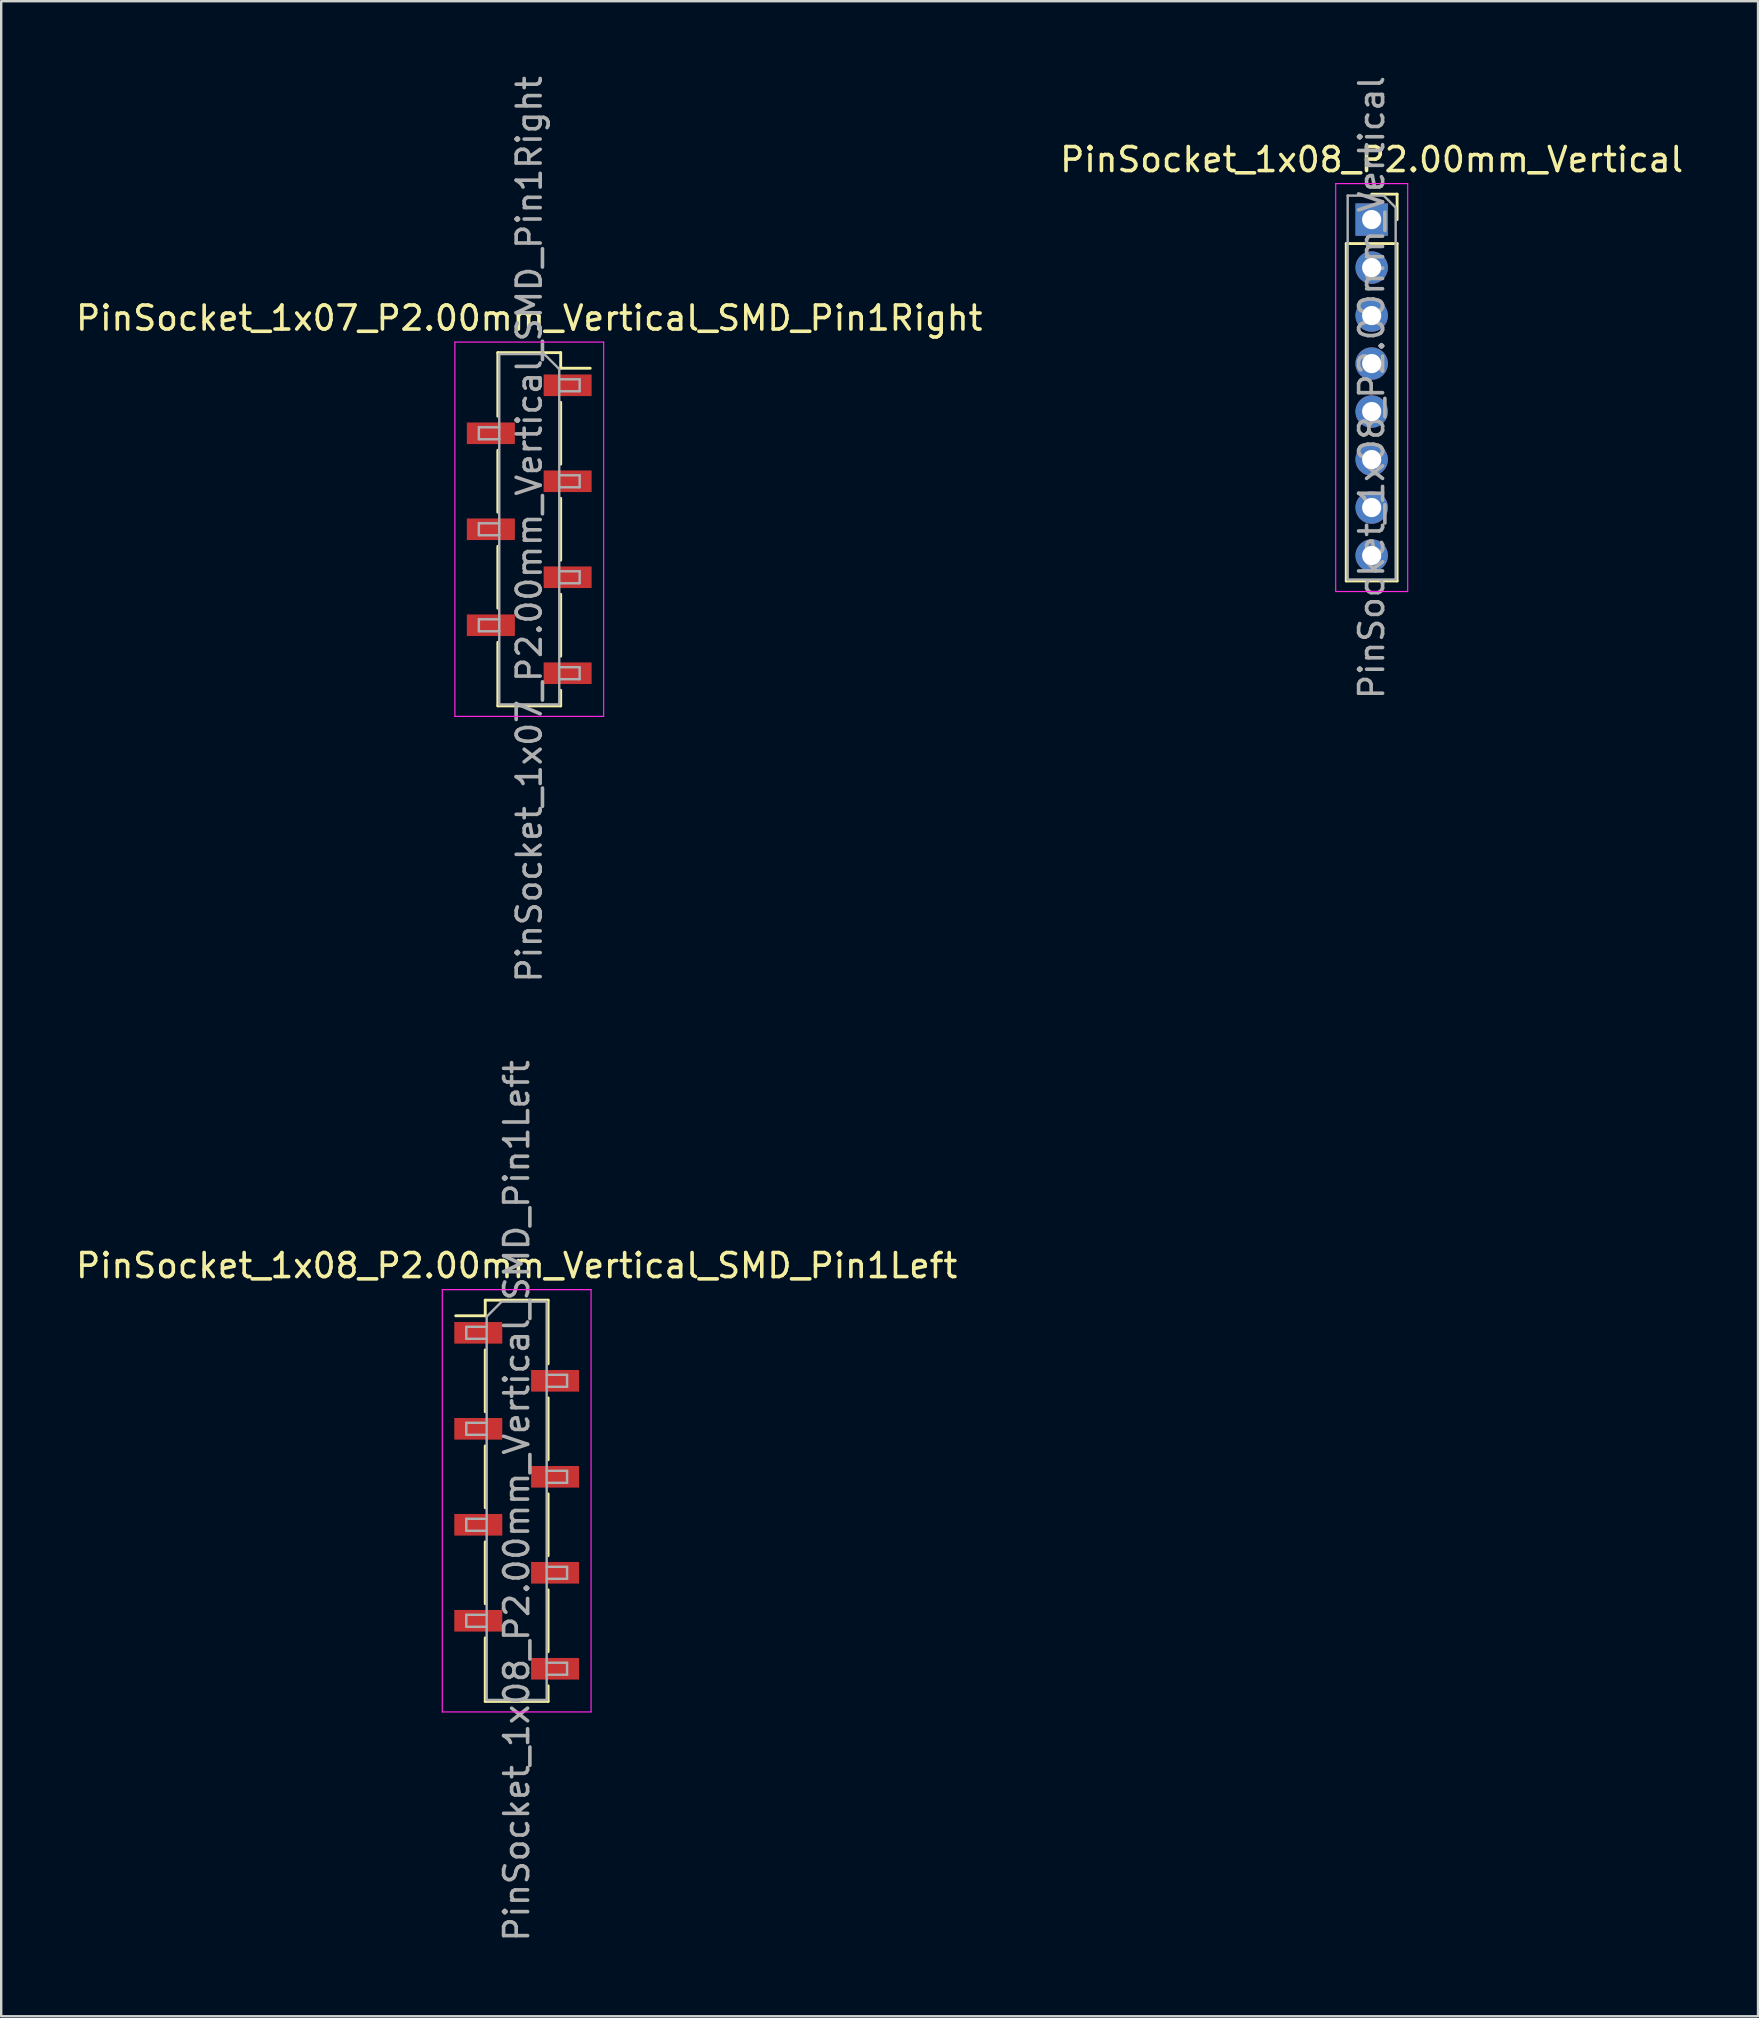
<source format=kicad_pcb>
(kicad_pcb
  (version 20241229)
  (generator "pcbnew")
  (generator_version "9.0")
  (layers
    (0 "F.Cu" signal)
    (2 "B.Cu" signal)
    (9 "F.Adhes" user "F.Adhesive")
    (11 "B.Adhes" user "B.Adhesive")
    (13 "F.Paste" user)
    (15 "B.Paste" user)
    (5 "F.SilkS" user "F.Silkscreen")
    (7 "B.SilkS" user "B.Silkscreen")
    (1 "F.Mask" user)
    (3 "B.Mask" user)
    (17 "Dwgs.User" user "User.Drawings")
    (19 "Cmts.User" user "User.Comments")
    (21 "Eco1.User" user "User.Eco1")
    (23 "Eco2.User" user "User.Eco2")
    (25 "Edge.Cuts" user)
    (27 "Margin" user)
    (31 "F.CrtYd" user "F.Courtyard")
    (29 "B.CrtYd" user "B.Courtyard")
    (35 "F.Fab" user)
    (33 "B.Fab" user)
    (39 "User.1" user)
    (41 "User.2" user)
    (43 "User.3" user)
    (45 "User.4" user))
  (footprint "PinSocket_1x08_P2.00mm_Vertical"
    (layer "F.Cu")
    (at 54.113 6.101)
    (property "Reference" "PinSocket_1x08_P2.00mm_Vertical" (at 0 -2.5 0) (layer "F.SilkS") (effects (font (size 1 1) (thickness 0.15))))
    (attr through_hole)
    (fp_line (start -1.06 1) (end -1.06 15.06) (stroke (width 0.12) (type solid)) (layer "F.SilkS"))
    (fp_line (start -1.06 1) (end 1.06 1) (stroke (width 0.12) (type solid)) (layer "F.SilkS"))
    (fp_line (start -1.06 15.06) (end 1.06 15.06) (stroke (width 0.12) (type solid)) (layer "F.SilkS"))
    (fp_line (start 0 -1.06) (end 1.06 -1.06) (stroke (width 0.12) (type solid)) (layer "F.SilkS"))
    (fp_line (start 1.06 -1.06) (end 1.06 0) (stroke (width 0.12) (type solid)) (layer "F.SilkS"))
    (fp_line (start 1.06 1) (end 1.06 15.06) (stroke (width 0.12) (type solid)) (layer "F.SilkS"))
    (fp_line (start -1.5 -1.5) (end 1.5 -1.5) (stroke (width 0.05) (type solid)) (layer "F.CrtYd"))
    (fp_line (start -1.5 15.5) (end -1.5 -1.5) (stroke (width 0.05) (type solid)) (layer "F.CrtYd"))
    (fp_line (start 1.5 -1.5) (end 1.5 15.5) (stroke (width 0.05) (type solid)) (layer "F.CrtYd"))
    (fp_line (start 1.5 15.5) (end -1.5 15.5) (stroke (width 0.05) (type solid)) (layer "F.CrtYd"))
    (fp_line (start -1 -1) (end 0.5 -1) (stroke (width 0.1) (type solid)) (layer "F.Fab"))
    (fp_line (start -1 15) (end -1 -1) (stroke (width 0.1) (type solid)) (layer "F.Fab"))
    (fp_line (start 0.5 -1) (end 1 -0.5) (stroke (width 0.1) (type solid)) (layer "F.Fab"))
    (fp_line (start 1 -0.5) (end 1 15) (stroke (width 0.1) (type solid)) (layer "F.Fab"))
    (fp_line (start 1 15) (end -1 15) (stroke (width 0.1) (type solid)) (layer "F.Fab"))
    (fp_text user "${REFERENCE}" (at 0 7 90) (layer "F.Fab") (effects (font (size 1 1) (thickness 0.15))))
    (pad "1" thru_hole rect (at 0 0) (size 1.35 1.35) (drill 0.8) (layers "*.Cu" "*.Mask"))
    (pad "2" thru_hole oval (at 0 2) (size 1.35 1.35) (drill 0.8) (layers "*.Cu" "*.Mask"))
    (pad "3" thru_hole oval (at 0 4) (size 1.35 1.35) (drill 0.8) (layers "*.Cu" "*.Mask"))
    (pad "4" thru_hole oval (at 0 6) (size 1.35 1.35) (drill 0.8) (layers "*.Cu" "*.Mask"))
    (pad "5" thru_hole oval (at 0 8) (size 1.35 1.35) (drill 0.8) (layers "*.Cu" "*.Mask"))
    (pad "6" thru_hole oval (at 0 10) (size 1.35 1.35) (drill 0.8) (layers "*.Cu" "*.Mask"))
    (pad "7" thru_hole oval (at 0 12) (size 1.35 1.35) (drill 0.8) (layers "*.Cu" "*.Mask"))
    (pad "8" thru_hole oval (at 0 14) (size 1.35 1.35) (drill 0.8) (layers "*.Cu" "*.Mask")))
  (footprint "PinSocket_1x08_P2.00mm_Vertical_SMD_Pin1Left"
    (layer "F.Cu")
    (at 18.482 59.494)
    (property "Reference" "PinSocket_1x08_P2.00mm_Vertical_SMD_Pin1Left" (at 0 -9.8 0) (layer "F.SilkS") (effects (font (size 1 1) (thickness 0.15))))
    (attr smd)
    (fp_line (start -2.54 -7.71) (end -1.31 -7.71) (stroke (width 0.12) (type solid)) (layer "F.SilkS"))
    (fp_line (start -1.31 -8.36) (end -1.31 -7.71) (stroke (width 0.12) (type solid)) (layer "F.SilkS"))
    (fp_line (start -1.31 -8.36) (end 1.31 -8.36) (stroke (width 0.12) (type solid)) (layer "F.SilkS"))
    (fp_line (start -1.31 -6.29) (end -1.31 -3.71) (stroke (width 0.12) (type solid)) (layer "F.SilkS"))
    (fp_line (start -1.31 -2.29) (end -1.31 0.29) (stroke (width 0.12) (type solid)) (layer "F.SilkS"))
    (fp_line (start -1.31 1.71) (end -1.31 4.29) (stroke (width 0.12) (type solid)) (layer "F.SilkS"))
    (fp_line (start -1.31 5.71) (end -1.31 8.36) (stroke (width 0.12) (type solid)) (layer "F.SilkS"))
    (fp_line (start -1.31 8.36) (end 1.31 8.36) (stroke (width 0.12) (type solid)) (layer "F.SilkS"))
    (fp_line (start 1.31 -8.36) (end 1.31 -5.71) (stroke (width 0.12) (type solid)) (layer "F.SilkS"))
    (fp_line (start 1.31 -4.29) (end 1.31 -1.71) (stroke (width 0.12) (type solid)) (layer "F.SilkS"))
    (fp_line (start 1.31 -0.29) (end 1.31 2.29) (stroke (width 0.12) (type solid)) (layer "F.SilkS"))
    (fp_line (start 1.31 3.71) (end 1.31 6.29) (stroke (width 0.12) (type solid)) (layer "F.SilkS"))
    (fp_line (start 1.31 7.71) (end 1.31 8.36) (stroke (width 0.12) (type solid)) (layer "F.SilkS"))
    (fp_line (start -3.1 -8.8) (end 3.1 -8.8) (stroke (width 0.05) (type solid)) (layer "F.CrtYd"))
    (fp_line (start -3.1 8.8) (end -3.1 -8.8) (stroke (width 0.05) (type solid)) (layer "F.CrtYd"))
    (fp_line (start 3.1 -8.8) (end 3.1 8.8) (stroke (width 0.05) (type solid)) (layer "F.CrtYd"))
    (fp_line (start 3.1 8.8) (end -3.1 8.8) (stroke (width 0.05) (type solid)) (layer "F.CrtYd"))
    (fp_line (start -2.1 -7.25) (end -1.25 -7.25) (stroke (width 0.1) (type solid)) (layer "F.Fab"))
    (fp_line (start -2.1 -6.75) (end -2.1 -7.25) (stroke (width 0.1) (type solid)) (layer "F.Fab"))
    (fp_line (start -2.1 -3.25) (end -1.25 -3.25) (stroke (width 0.1) (type solid)) (layer "F.Fab"))
    (fp_line (start -2.1 -2.75) (end -2.1 -3.25) (stroke (width 0.1) (type solid)) (layer "F.Fab"))
    (fp_line (start -2.1 0.75) (end -1.25 0.75) (stroke (width 0.1) (type solid)) (layer "F.Fab"))
    (fp_line (start -2.1 1.25) (end -2.1 0.75) (stroke (width 0.1) (type solid)) (layer "F.Fab"))
    (fp_line (start -2.1 4.75) (end -1.25 4.75) (stroke (width 0.1) (type solid)) (layer "F.Fab"))
    (fp_line (start -2.1 5.25) (end -2.1 4.75) (stroke (width 0.1) (type solid)) (layer "F.Fab"))
    (fp_line (start -1.25 -7.675) (end -0.625 -8.3) (stroke (width 0.1) (type solid)) (layer "F.Fab"))
    (fp_line (start -1.25 -6.75) (end -2.1 -6.75) (stroke (width 0.1) (type solid)) (layer "F.Fab"))
    (fp_line (start -1.25 -2.75) (end -2.1 -2.75) (stroke (width 0.1) (type solid)) (layer "F.Fab"))
    (fp_line (start -1.25 1.25) (end -2.1 1.25) (stroke (width 0.1) (type solid)) (layer "F.Fab"))
    (fp_line (start -1.25 5.25) (end -2.1 5.25) (stroke (width 0.1) (type solid)) (layer "F.Fab"))
    (fp_line (start -1.25 8.3) (end -1.25 -7.675) (stroke (width 0.1) (type solid)) (layer "F.Fab"))
    (fp_line (start -0.625 -8.3) (end 1.25 -8.3) (stroke (width 0.1) (type solid)) (layer "F.Fab"))
    (fp_line (start 1.25 -8.3) (end 1.25 8.3) (stroke (width 0.1) (type solid)) (layer "F.Fab"))
    (fp_line (start 1.25 -5.25) (end 2.1 -5.25) (stroke (width 0.1) (type solid)) (layer "F.Fab"))
    (fp_line (start 1.25 -1.25) (end 2.1 -1.25) (stroke (width 0.1) (type solid)) (layer "F.Fab"))
    (fp_line (start 1.25 2.75) (end 2.1 2.75) (stroke (width 0.1) (type solid)) (layer "F.Fab"))
    (fp_line (start 1.25 6.75) (end 2.1 6.75) (stroke (width 0.1) (type solid)) (layer "F.Fab"))
    (fp_line (start 1.25 8.3) (end -1.25 8.3) (stroke (width 0.1) (type solid)) (layer "F.Fab"))
    (fp_line (start 2.1 -5.25) (end 2.1 -4.75) (stroke (width 0.1) (type solid)) (layer "F.Fab"))
    (fp_line (start 2.1 -4.75) (end 1.25 -4.75) (stroke (width 0.1) (type solid)) (layer "F.Fab"))
    (fp_line (start 2.1 -1.25) (end 2.1 -0.75) (stroke (width 0.1) (type solid)) (layer "F.Fab"))
    (fp_line (start 2.1 -0.75) (end 1.25 -0.75) (stroke (width 0.1) (type solid)) (layer "F.Fab"))
    (fp_line (start 2.1 2.75) (end 2.1 3.25) (stroke (width 0.1) (type solid)) (layer "F.Fab"))
    (fp_line (start 2.1 3.25) (end 1.25 3.25) (stroke (width 0.1) (type solid)) (layer "F.Fab"))
    (fp_line (start 2.1 6.75) (end 2.1 7.25) (stroke (width 0.1) (type solid)) (layer "F.Fab"))
    (fp_line (start 2.1 7.25) (end 1.25 7.25) (stroke (width 0.1) (type solid)) (layer "F.Fab"))
    (fp_text user "${REFERENCE}" (at 0 0 90) (layer "F.Fab") (effects (font (size 1 1) (thickness 0.15))))
    (pad "1" smd rect (at -1.6 -7) (size 2 0.9) (layers "F.Cu" "F.Mask" "F.Paste"))
    (pad "2" smd rect (at 1.6 -5) (size 2 0.9) (layers "F.Cu" "F.Mask" "F.Paste"))
    (pad "3" smd rect (at -1.6 -3) (size 2 0.9) (layers "F.Cu" "F.Mask" "F.Paste"))
    (pad "4" smd rect (at 1.6 -1) (size 2 0.9) (layers "F.Cu" "F.Mask" "F.Paste"))
    (pad "5" smd rect (at -1.6 1) (size 2 0.9) (layers "F.Cu" "F.Mask" "F.Paste"))
    (pad "6" smd rect (at 1.6 3) (size 2 0.9) (layers "F.Cu" "F.Mask" "F.Paste"))
    (pad "7" smd rect (at -1.6 5) (size 2 0.9) (layers "F.Cu" "F.Mask" "F.Paste"))
    (pad "8" smd rect (at 1.6 7) (size 2 0.9) (layers "F.Cu" "F.Mask" "F.Paste")))
  (footprint "PinSocket_1x07_P2.00mm_Vertical_SMD_Pin1Right"
    (layer "F.Cu")
    (at 19.006 19.006)
    (property "Reference" "PinSocket_1x07_P2.00mm_Vertical_SMD_Pin1Right" (at 0 -8.8 0) (layer "F.SilkS") (effects (font (size 1 1) (thickness 0.15))))
    (attr smd)
    (fp_line (start -1.31 -7.36) (end -1.31 -4.71) (stroke (width 0.12) (type solid)) (layer "F.SilkS"))
    (fp_line (start -1.31 -7.36) (end 1.31 -7.36) (stroke (width 0.12) (type solid)) (layer "F.SilkS"))
    (fp_line (start -1.31 -3.29) (end -1.31 -0.71) (stroke (width 0.12) (type solid)) (layer "F.SilkS"))
    (fp_line (start -1.31 0.71) (end -1.31 3.29) (stroke (width 0.12) (type solid)) (layer "F.SilkS"))
    (fp_line (start -1.31 4.71) (end -1.31 7.36) (stroke (width 0.12) (type solid)) (layer "F.SilkS"))
    (fp_line (start -1.31 7.36) (end 1.31 7.36) (stroke (width 0.12) (type solid)) (layer "F.SilkS"))
    (fp_line (start 1.31 -7.36) (end 1.31 -6.71) (stroke (width 0.12) (type solid)) (layer "F.SilkS"))
    (fp_line (start 1.31 -6.71) (end 2.54 -6.71) (stroke (width 0.12) (type solid)) (layer "F.SilkS"))
    (fp_line (start 1.31 -5.29) (end 1.31 -2.71) (stroke (width 0.12) (type solid)) (layer "F.SilkS"))
    (fp_line (start 1.31 -1.29) (end 1.31 1.29) (stroke (width 0.12) (type solid)) (layer "F.SilkS"))
    (fp_line (start 1.31 2.71) (end 1.31 5.29) (stroke (width 0.12) (type solid)) (layer "F.SilkS"))
    (fp_line (start 1.31 6.71) (end 1.31 7.36) (stroke (width 0.12) (type solid)) (layer "F.SilkS"))
    (fp_line (start -3.1 -7.8) (end 3.1 -7.8) (stroke (width 0.05) (type solid)) (layer "F.CrtYd"))
    (fp_line (start -3.1 7.8) (end -3.1 -7.8) (stroke (width 0.05) (type solid)) (layer "F.CrtYd"))
    (fp_line (start 3.1 -7.8) (end 3.1 7.8) (stroke (width 0.05) (type solid)) (layer "F.CrtYd"))
    (fp_line (start 3.1 7.8) (end -3.1 7.8) (stroke (width 0.05) (type solid)) (layer "F.CrtYd"))
    (fp_line (start -2.1 -4.25) (end -1.25 -4.25) (stroke (width 0.1) (type solid)) (layer "F.Fab"))
    (fp_line (start -2.1 -3.75) (end -2.1 -4.25) (stroke (width 0.1) (type solid)) (layer "F.Fab"))
    (fp_line (start -2.1 -0.25) (end -1.25 -0.25) (stroke (width 0.1) (type solid)) (layer "F.Fab"))
    (fp_line (start -2.1 0.25) (end -2.1 -0.25) (stroke (width 0.1) (type solid)) (layer "F.Fab"))
    (fp_line (start -2.1 3.75) (end -1.25 3.75) (stroke (width 0.1) (type solid)) (layer "F.Fab"))
    (fp_line (start -2.1 4.25) (end -2.1 3.75) (stroke (width 0.1) (type solid)) (layer "F.Fab"))
    (fp_line (start -1.25 -7.3) (end 0.625 -7.3) (stroke (width 0.1) (type solid)) (layer "F.Fab"))
    (fp_line (start -1.25 -3.75) (end -2.1 -3.75) (stroke (width 0.1) (type solid)) (layer "F.Fab"))
    (fp_line (start -1.25 0.25) (end -2.1 0.25) (stroke (width 0.1) (type solid)) (layer "F.Fab"))
    (fp_line (start -1.25 4.25) (end -2.1 4.25) (stroke (width 0.1) (type solid)) (layer "F.Fab"))
    (fp_line (start -1.25 7.3) (end -1.25 -7.3) (stroke (width 0.1) (type solid)) (layer "F.Fab"))
    (fp_line (start 0.625 -7.3) (end 1.25 -6.675) (stroke (width 0.1) (type solid)) (layer "F.Fab"))
    (fp_line (start 1.25 -6.675) (end 1.25 7.3) (stroke (width 0.1) (type solid)) (layer "F.Fab"))
    (fp_line (start 1.25 -6.25) (end 2.1 -6.25) (stroke (width 0.1) (type solid)) (layer "F.Fab"))
    (fp_line (start 1.25 -2.25) (end 2.1 -2.25) (stroke (width 0.1) (type solid)) (layer "F.Fab"))
    (fp_line (start 1.25 1.75) (end 2.1 1.75) (stroke (width 0.1) (type solid)) (layer "F.Fab"))
    (fp_line (start 1.25 5.75) (end 2.1 5.75) (stroke (width 0.1) (type solid)) (layer "F.Fab"))
    (fp_line (start 1.25 7.3) (end -1.25 7.3) (stroke (width 0.1) (type solid)) (layer "F.Fab"))
    (fp_line (start 2.1 -6.25) (end 2.1 -5.75) (stroke (width 0.1) (type solid)) (layer "F.Fab"))
    (fp_line (start 2.1 -5.75) (end 1.25 -5.75) (stroke (width 0.1) (type solid)) (layer "F.Fab"))
    (fp_line (start 2.1 -2.25) (end 2.1 -1.75) (stroke (width 0.1) (type solid)) (layer "F.Fab"))
    (fp_line (start 2.1 -1.75) (end 1.25 -1.75) (stroke (width 0.1) (type solid)) (layer "F.Fab"))
    (fp_line (start 2.1 1.75) (end 2.1 2.25) (stroke (width 0.1) (type solid)) (layer "F.Fab"))
    (fp_line (start 2.1 2.25) (end 1.25 2.25) (stroke (width 0.1) (type solid)) (layer "F.Fab"))
    (fp_line (start 2.1 5.75) (end 2.1 6.25) (stroke (width 0.1) (type solid)) (layer "F.Fab"))
    (fp_line (start 2.1 6.25) (end 1.25 6.25) (stroke (width 0.1) (type solid)) (layer "F.Fab"))
    (fp_text user "${REFERENCE}" (at 0 0 90) (layer "F.Fab") (effects (font (size 1 1) (thickness 0.15))))
    (pad "1" smd rect (at 1.6 -6) (size 2 0.9) (layers "F.Cu" "F.Mask" "F.Paste"))
    (pad "2" smd rect (at -1.6 -4) (size 2 0.9) (layers "F.Cu" "F.Mask" "F.Paste"))
    (pad "3" smd rect (at 1.6 -2) (size 2 0.9) (layers "F.Cu" "F.Mask" "F.Paste"))
    (pad "4" smd rect (at -1.6 0) (size 2 0.9) (layers "F.Cu" "F.Mask" "F.Paste"))
    (pad "5" smd rect (at 1.6 2) (size 2 0.9) (layers "F.Cu" "F.Mask" "F.Paste"))
    (pad "6" smd rect (at -1.6 4) (size 2 0.9) (layers "F.Cu" "F.Mask" "F.Paste"))
    (pad "7" smd rect (at 1.6 6) (size 2 0.9) (layers "F.Cu" "F.Mask" "F.Paste")))
  (gr_rect
    (start -3 -3)
    (end 70.214 80.976)
    (stroke (width 0.1) (type default))
    (fill no)
    (layer "Edge.Cuts")))
</source>
